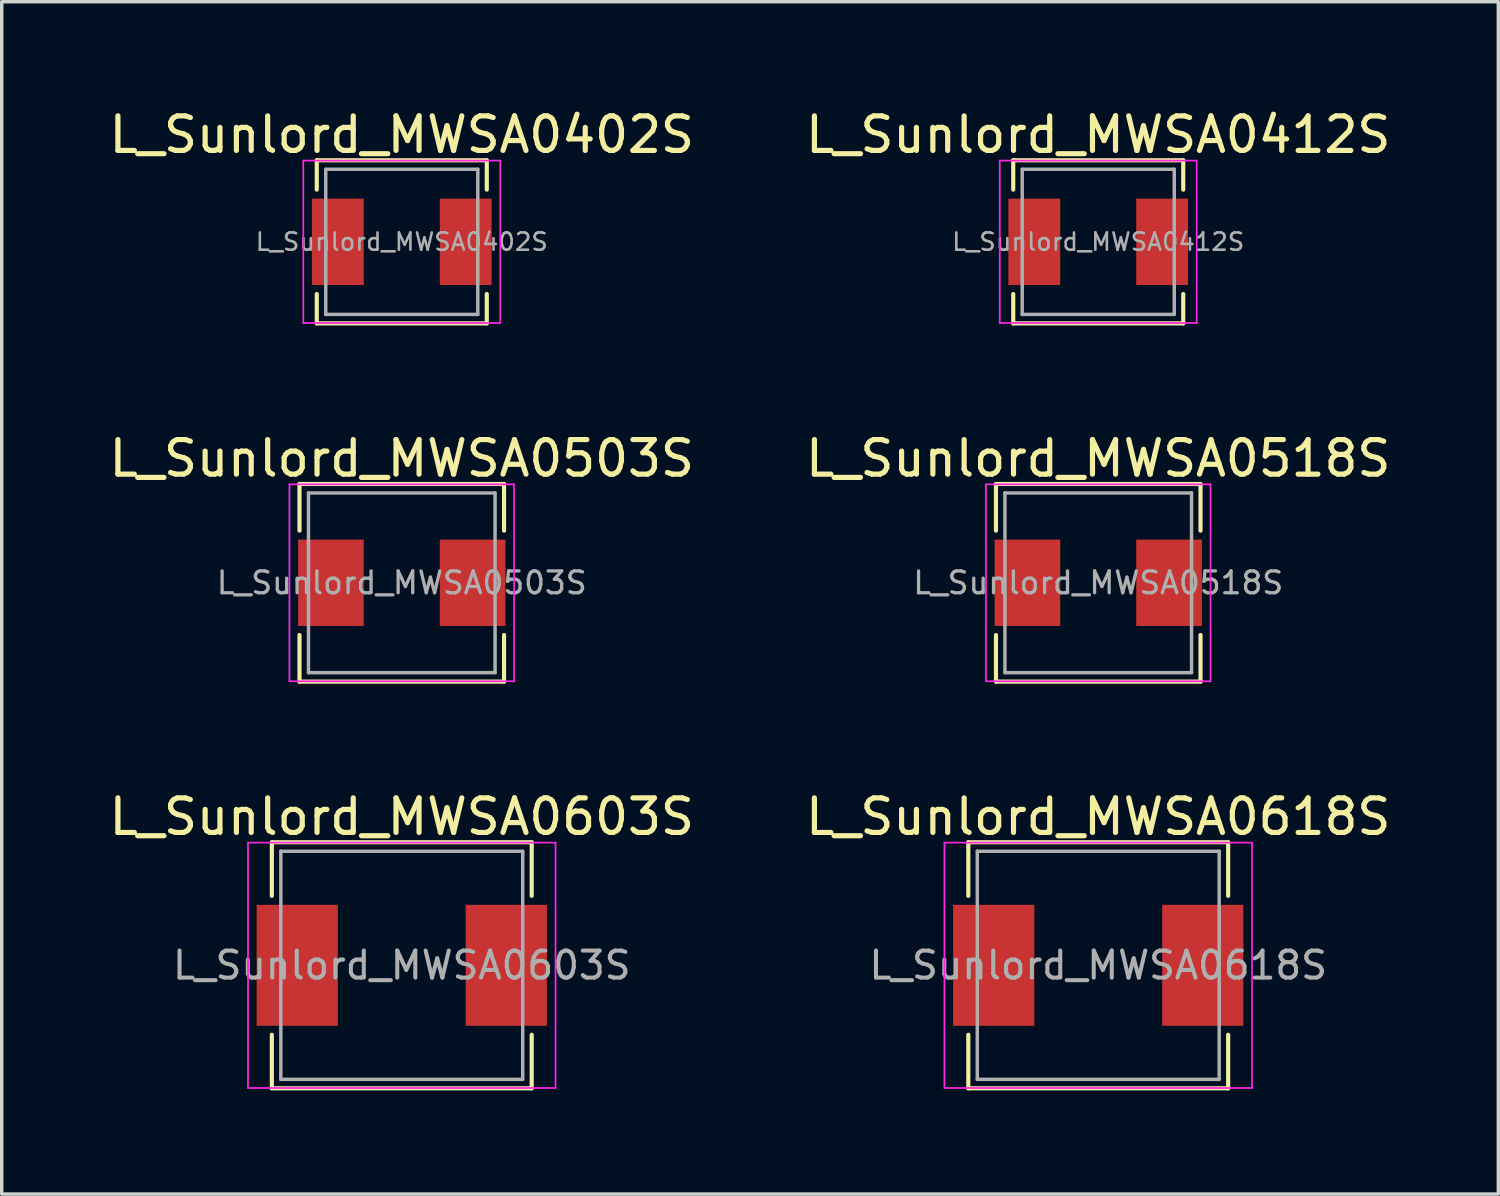
<source format=kicad_pcb>
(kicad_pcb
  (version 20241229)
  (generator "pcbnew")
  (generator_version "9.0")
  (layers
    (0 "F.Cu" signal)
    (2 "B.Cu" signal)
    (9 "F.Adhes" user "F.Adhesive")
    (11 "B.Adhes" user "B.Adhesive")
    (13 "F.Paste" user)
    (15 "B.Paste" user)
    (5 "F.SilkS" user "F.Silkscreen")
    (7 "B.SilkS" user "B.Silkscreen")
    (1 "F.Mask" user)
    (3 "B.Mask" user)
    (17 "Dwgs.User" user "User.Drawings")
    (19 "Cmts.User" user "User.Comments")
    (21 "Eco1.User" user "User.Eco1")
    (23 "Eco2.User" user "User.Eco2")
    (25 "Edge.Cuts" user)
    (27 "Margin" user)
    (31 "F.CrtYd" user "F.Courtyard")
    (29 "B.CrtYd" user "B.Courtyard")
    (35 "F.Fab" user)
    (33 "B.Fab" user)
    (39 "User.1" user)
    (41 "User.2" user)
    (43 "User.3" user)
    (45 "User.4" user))
  (footprint "L_Sunlord_MWSA0618S"
    (layer "F.Cu")
    (at 28.732 24.885)
    (property "Reference" "L_Sunlord_MWSA0618S" (at 0 -4.3 0) (layer "F.SilkS") (effects (font (size 1 1) (thickness 0.15))))
    (attr smd)
    (fp_line (start -3.76 -3.56) (end -3.76 -2.01) (stroke (width 0.12) (type solid)) (layer "F.SilkS"))
    (fp_line (start -3.76 -3.56) (end 3.76 -3.56) (stroke (width 0.12) (type solid)) (layer "F.SilkS"))
    (fp_line (start -3.76 3.56) (end -3.76 2.01) (stroke (width 0.12) (type solid)) (layer "F.SilkS"))
    (fp_line (start -3.76 3.56) (end 3.76 3.56) (stroke (width 0.12) (type solid)) (layer "F.SilkS"))
    (fp_line (start 3.76 -3.56) (end 3.76 -2.01) (stroke (width 0.12) (type solid)) (layer "F.SilkS"))
    (fp_line (start 3.76 3.56) (end 3.76 2.01) (stroke (width 0.12) (type solid)) (layer "F.SilkS"))
    (fp_line (start -4.45 -3.55) (end -4.45 3.55) (stroke (width 0.05) (type solid)) (layer "F.CrtYd"))
    (fp_line (start -4.45 3.55) (end 4.45 3.55) (stroke (width 0.05) (type solid)) (layer "F.CrtYd"))
    (fp_line (start 4.45 -3.55) (end -4.45 -3.55) (stroke (width 0.05) (type solid)) (layer "F.CrtYd"))
    (fp_line (start 4.45 3.55) (end 4.45 -3.55) (stroke (width 0.05) (type solid)) (layer "F.CrtYd"))
    (fp_line (start -3.5 -3.3) (end -3.5 3.3) (stroke (width 0.1) (type solid)) (layer "F.Fab"))
    (fp_line (start -3.5 3.3) (end 3.5 3.3) (stroke (width 0.1) (type solid)) (layer "F.Fab"))
    (fp_line (start 3.5 -3.3) (end -3.5 -3.3) (stroke (width 0.1) (type solid)) (layer "F.Fab"))
    (fp_line (start 3.5 3.3) (end 3.5 -3.3) (stroke (width 0.1) (type solid)) (layer "F.Fab"))
    (fp_text user "${REFERENCE}" (at 0 0 0) (layer "F.Fab") (effects (font (size 0.783 0.783) (thickness 0.117))))
    (pad "1" smd rect (at -3.025 0) (size 2.35 3.5) (layers "F.Cu" "F.Mask" "F.Paste"))
    (pad "2" smd rect (at 3.025 0) (size 2.35 3.5) (layers "F.Cu" "F.Mask" "F.Paste")))
  (footprint "L_Sunlord_MWSA0603S"
    (layer "F.Cu")
    (at 8.577 24.885)
    (property "Reference" "L_Sunlord_MWSA0603S" (at 0 -4.3 0) (layer "F.SilkS") (effects (font (size 1 1) (thickness 0.15))))
    (attr smd)
    (fp_line (start -3.76 -3.56) (end -3.76 -2.01) (stroke (width 0.12) (type solid)) (layer "F.SilkS"))
    (fp_line (start -3.76 -3.56) (end 3.76 -3.56) (stroke (width 0.12) (type solid)) (layer "F.SilkS"))
    (fp_line (start -3.76 3.56) (end -3.76 2.01) (stroke (width 0.12) (type solid)) (layer "F.SilkS"))
    (fp_line (start -3.76 3.56) (end 3.76 3.56) (stroke (width 0.12) (type solid)) (layer "F.SilkS"))
    (fp_line (start 3.76 -3.56) (end 3.76 -2.01) (stroke (width 0.12) (type solid)) (layer "F.SilkS"))
    (fp_line (start 3.76 3.56) (end 3.76 2.01) (stroke (width 0.12) (type solid)) (layer "F.SilkS"))
    (fp_line (start -4.45 -3.55) (end -4.45 3.55) (stroke (width 0.05) (type solid)) (layer "F.CrtYd"))
    (fp_line (start -4.45 3.55) (end 4.45 3.55) (stroke (width 0.05) (type solid)) (layer "F.CrtYd"))
    (fp_line (start 4.45 -3.55) (end -4.45 -3.55) (stroke (width 0.05) (type solid)) (layer "F.CrtYd"))
    (fp_line (start 4.45 3.55) (end 4.45 -3.55) (stroke (width 0.05) (type solid)) (layer "F.CrtYd"))
    (fp_line (start -3.5 -3.3) (end -3.5 3.3) (stroke (width 0.1) (type solid)) (layer "F.Fab"))
    (fp_line (start -3.5 3.3) (end 3.5 3.3) (stroke (width 0.1) (type solid)) (layer "F.Fab"))
    (fp_line (start 3.5 -3.3) (end -3.5 -3.3) (stroke (width 0.1) (type solid)) (layer "F.Fab"))
    (fp_line (start 3.5 3.3) (end 3.5 -3.3) (stroke (width 0.1) (type solid)) (layer "F.Fab"))
    (fp_text user "${REFERENCE}" (at 0 0 0) (layer "F.Fab") (effects (font (size 0.783 0.783) (thickness 0.117))))
    (pad "1" smd rect (at -3.025 0) (size 2.35 3.5) (layers "F.Cu" "F.Mask" "F.Paste"))
    (pad "2" smd rect (at 3.025 0) (size 2.35 3.5) (layers "F.Cu" "F.Mask" "F.Paste")))
  (footprint "L_Sunlord_MWSA0402S"
    (layer "F.Cu")
    (at 8.577 3.948)
    (property "Reference" "L_Sunlord_MWSA0402S" (at 0 -3.1 0) (layer "F.SilkS") (effects (font (size 1 1) (thickness 0.15))))
    (attr smd)
    (fp_line (start -2.46 -2.36) (end -2.46 -1.51) (stroke (width 0.12) (type solid)) (layer "F.SilkS"))
    (fp_line (start -2.46 -2.36) (end 2.46 -2.36) (stroke (width 0.12) (type solid)) (layer "F.SilkS"))
    (fp_line (start -2.46 2.36) (end -2.46 1.51) (stroke (width 0.12) (type solid)) (layer "F.SilkS"))
    (fp_line (start -2.46 2.36) (end 2.46 2.36) (stroke (width 0.12) (type solid)) (layer "F.SilkS"))
    (fp_line (start 2.46 -2.36) (end 2.46 -1.51) (stroke (width 0.12) (type solid)) (layer "F.SilkS"))
    (fp_line (start 2.46 2.36) (end 2.46 1.51) (stroke (width 0.12) (type solid)) (layer "F.SilkS"))
    (fp_line (start -2.85 -2.35) (end -2.85 2.35) (stroke (width 0.05) (type solid)) (layer "F.CrtYd"))
    (fp_line (start -2.85 2.35) (end 2.85 2.35) (stroke (width 0.05) (type solid)) (layer "F.CrtYd"))
    (fp_line (start 2.85 -2.35) (end -2.85 -2.35) (stroke (width 0.05) (type solid)) (layer "F.CrtYd"))
    (fp_line (start 2.85 2.35) (end 2.85 -2.35) (stroke (width 0.05) (type solid)) (layer "F.CrtYd"))
    (fp_line (start -2.2 -2.1) (end -2.2 2.1) (stroke (width 0.1) (type solid)) (layer "F.Fab"))
    (fp_line (start -2.2 2.1) (end 2.2 2.1) (stroke (width 0.1) (type solid)) (layer "F.Fab"))
    (fp_line (start 2.2 -2.1) (end -2.2 -2.1) (stroke (width 0.1) (type solid)) (layer "F.Fab"))
    (fp_line (start 2.2 2.1) (end 2.2 -2.1) (stroke (width 0.1) (type solid)) (layer "F.Fab"))
    (fp_text user "${REFERENCE}" (at 0 0 0) (layer "F.Fab") (effects (font (size 0.5 0.5) (thickness 0.075))))
    (pad "1" smd rect (at -1.85 0) (size 1.5 2.5) (layers "F.Cu" "F.Mask" "F.Paste"))
    (pad "2" smd rect (at 1.85 0) (size 1.5 2.5) (layers "F.Cu" "F.Mask" "F.Paste")))
  (footprint "L_Sunlord_MWSA0518S"
    (layer "F.Cu")
    (at 28.732 13.816)
    (property "Reference" "L_Sunlord_MWSA0518S" (at 0 -3.6 0) (layer "F.SilkS") (effects (font (size 1 1) (thickness 0.15))))
    (attr smd)
    (fp_line (start -2.96 -2.86) (end -2.96 -1.51) (stroke (width 0.12) (type solid)) (layer "F.SilkS"))
    (fp_line (start -2.96 -2.86) (end 2.96 -2.86) (stroke (width 0.12) (type solid)) (layer "F.SilkS"))
    (fp_line (start -2.96 2.86) (end -2.96 1.51) (stroke (width 0.12) (type solid)) (layer "F.SilkS"))
    (fp_line (start -2.96 2.86) (end 2.96 2.86) (stroke (width 0.12) (type solid)) (layer "F.SilkS"))
    (fp_line (start 2.96 -2.86) (end 2.96 -1.51) (stroke (width 0.12) (type solid)) (layer "F.SilkS"))
    (fp_line (start 2.96 2.86) (end 2.96 1.51) (stroke (width 0.12) (type solid)) (layer "F.SilkS"))
    (fp_line (start -3.25 -2.85) (end -3.25 2.85) (stroke (width 0.05) (type solid)) (layer "F.CrtYd"))
    (fp_line (start -3.25 2.85) (end 3.25 2.85) (stroke (width 0.05) (type solid)) (layer "F.CrtYd"))
    (fp_line (start 3.25 -2.85) (end -3.25 -2.85) (stroke (width 0.05) (type solid)) (layer "F.CrtYd"))
    (fp_line (start 3.25 2.85) (end 3.25 -2.85) (stroke (width 0.05) (type solid)) (layer "F.CrtYd"))
    (fp_line (start -2.7 -2.6) (end -2.7 2.6) (stroke (width 0.1) (type solid)) (layer "F.Fab"))
    (fp_line (start -2.7 2.6) (end 2.7 2.6) (stroke (width 0.1) (type solid)) (layer "F.Fab"))
    (fp_line (start 2.7 -2.6) (end -2.7 -2.6) (stroke (width 0.1) (type solid)) (layer "F.Fab"))
    (fp_line (start 2.7 2.6) (end 2.7 -2.6) (stroke (width 0.1) (type solid)) (layer "F.Fab"))
    (fp_text user "${REFERENCE}" (at 0 0 0) (layer "F.Fab") (effects (font (size 0.633 0.633) (thickness 0.095))))
    (pad "1" smd rect (at -2.05 0) (size 1.9 2.5) (layers "F.Cu" "F.Mask" "F.Paste"))
    (pad "2" smd rect (at 2.05 0) (size 1.9 2.5) (layers "F.Cu" "F.Mask" "F.Paste")))
  (footprint "L_Sunlord_MWSA0412S"
    (layer "F.Cu")
    (at 28.732 3.948)
    (property "Reference" "L_Sunlord_MWSA0412S" (at 0 -3.1 0) (layer "F.SilkS") (effects (font (size 1 1) (thickness 0.15))))
    (attr smd)
    (fp_line (start -2.46 -2.36) (end -2.46 -1.51) (stroke (width 0.12) (type solid)) (layer "F.SilkS"))
    (fp_line (start -2.46 -2.36) (end 2.46 -2.36) (stroke (width 0.12) (type solid)) (layer "F.SilkS"))
    (fp_line (start -2.46 2.36) (end -2.46 1.51) (stroke (width 0.12) (type solid)) (layer "F.SilkS"))
    (fp_line (start -2.46 2.36) (end 2.46 2.36) (stroke (width 0.12) (type solid)) (layer "F.SilkS"))
    (fp_line (start 2.46 -2.36) (end 2.46 -1.51) (stroke (width 0.12) (type solid)) (layer "F.SilkS"))
    (fp_line (start 2.46 2.36) (end 2.46 1.51) (stroke (width 0.12) (type solid)) (layer "F.SilkS"))
    (fp_line (start -2.85 -2.35) (end -2.85 2.35) (stroke (width 0.05) (type solid)) (layer "F.CrtYd"))
    (fp_line (start -2.85 2.35) (end 2.85 2.35) (stroke (width 0.05) (type solid)) (layer "F.CrtYd"))
    (fp_line (start 2.85 -2.35) (end -2.85 -2.35) (stroke (width 0.05) (type solid)) (layer "F.CrtYd"))
    (fp_line (start 2.85 2.35) (end 2.85 -2.35) (stroke (width 0.05) (type solid)) (layer "F.CrtYd"))
    (fp_line (start -2.2 -2.1) (end -2.2 2.1) (stroke (width 0.1) (type solid)) (layer "F.Fab"))
    (fp_line (start -2.2 2.1) (end 2.2 2.1) (stroke (width 0.1) (type solid)) (layer "F.Fab"))
    (fp_line (start 2.2 -2.1) (end -2.2 -2.1) (stroke (width 0.1) (type solid)) (layer "F.Fab"))
    (fp_line (start 2.2 2.1) (end 2.2 -2.1) (stroke (width 0.1) (type solid)) (layer "F.Fab"))
    (fp_text user "${REFERENCE}" (at 0 0 0) (layer "F.Fab") (effects (font (size 0.5 0.5) (thickness 0.075))))
    (pad "1" smd rect (at -1.85 0) (size 1.5 2.5) (layers "F.Cu" "F.Mask" "F.Paste"))
    (pad "2" smd rect (at 1.85 0) (size 1.5 2.5) (layers "F.Cu" "F.Mask" "F.Paste")))
  (footprint "L_Sunlord_MWSA0503S"
    (layer "F.Cu")
    (at 8.577 13.816)
    (property "Reference" "L_Sunlord_MWSA0503S" (at 0 -3.6 0) (layer "F.SilkS") (effects (font (size 1 1) (thickness 0.15))))
    (attr smd)
    (fp_line (start -2.96 -2.86) (end -2.96 -1.51) (stroke (width 0.12) (type solid)) (layer "F.SilkS"))
    (fp_line (start -2.96 -2.86) (end 2.96 -2.86) (stroke (width 0.12) (type solid)) (layer "F.SilkS"))
    (fp_line (start -2.96 2.86) (end -2.96 1.51) (stroke (width 0.12) (type solid)) (layer "F.SilkS"))
    (fp_line (start -2.96 2.86) (end 2.96 2.86) (stroke (width 0.12) (type solid)) (layer "F.SilkS"))
    (fp_line (start 2.96 -2.86) (end 2.96 -1.51) (stroke (width 0.12) (type solid)) (layer "F.SilkS"))
    (fp_line (start 2.96 2.86) (end 2.96 1.51) (stroke (width 0.12) (type solid)) (layer "F.SilkS"))
    (fp_line (start -3.25 -2.85) (end -3.25 2.85) (stroke (width 0.05) (type solid)) (layer "F.CrtYd"))
    (fp_line (start -3.25 2.85) (end 3.25 2.85) (stroke (width 0.05) (type solid)) (layer "F.CrtYd"))
    (fp_line (start 3.25 -2.85) (end -3.25 -2.85) (stroke (width 0.05) (type solid)) (layer "F.CrtYd"))
    (fp_line (start 3.25 2.85) (end 3.25 -2.85) (stroke (width 0.05) (type solid)) (layer "F.CrtYd"))
    (fp_line (start -2.7 -2.6) (end -2.7 2.6) (stroke (width 0.1) (type solid)) (layer "F.Fab"))
    (fp_line (start -2.7 2.6) (end 2.7 2.6) (stroke (width 0.1) (type solid)) (layer "F.Fab"))
    (fp_line (start 2.7 -2.6) (end -2.7 -2.6) (stroke (width 0.1) (type solid)) (layer "F.Fab"))
    (fp_line (start 2.7 2.6) (end 2.7 -2.6) (stroke (width 0.1) (type solid)) (layer "F.Fab"))
    (fp_text user "${REFERENCE}" (at 0 0 0) (layer "F.Fab") (effects (font (size 0.633 0.633) (thickness 0.095))))
    (pad "1" smd rect (at -2.05 0) (size 1.9 2.5) (layers "F.Cu" "F.Mask" "F.Paste"))
    (pad "2" smd rect (at 2.05 0) (size 1.9 2.5) (layers "F.Cu" "F.Mask" "F.Paste")))
  (gr_rect
    (start -3 -3)
    (end 40.31 31.505)
    (stroke (width 0.1) (type default))
    (fill no)
    (layer "Edge.Cuts")))
</source>
